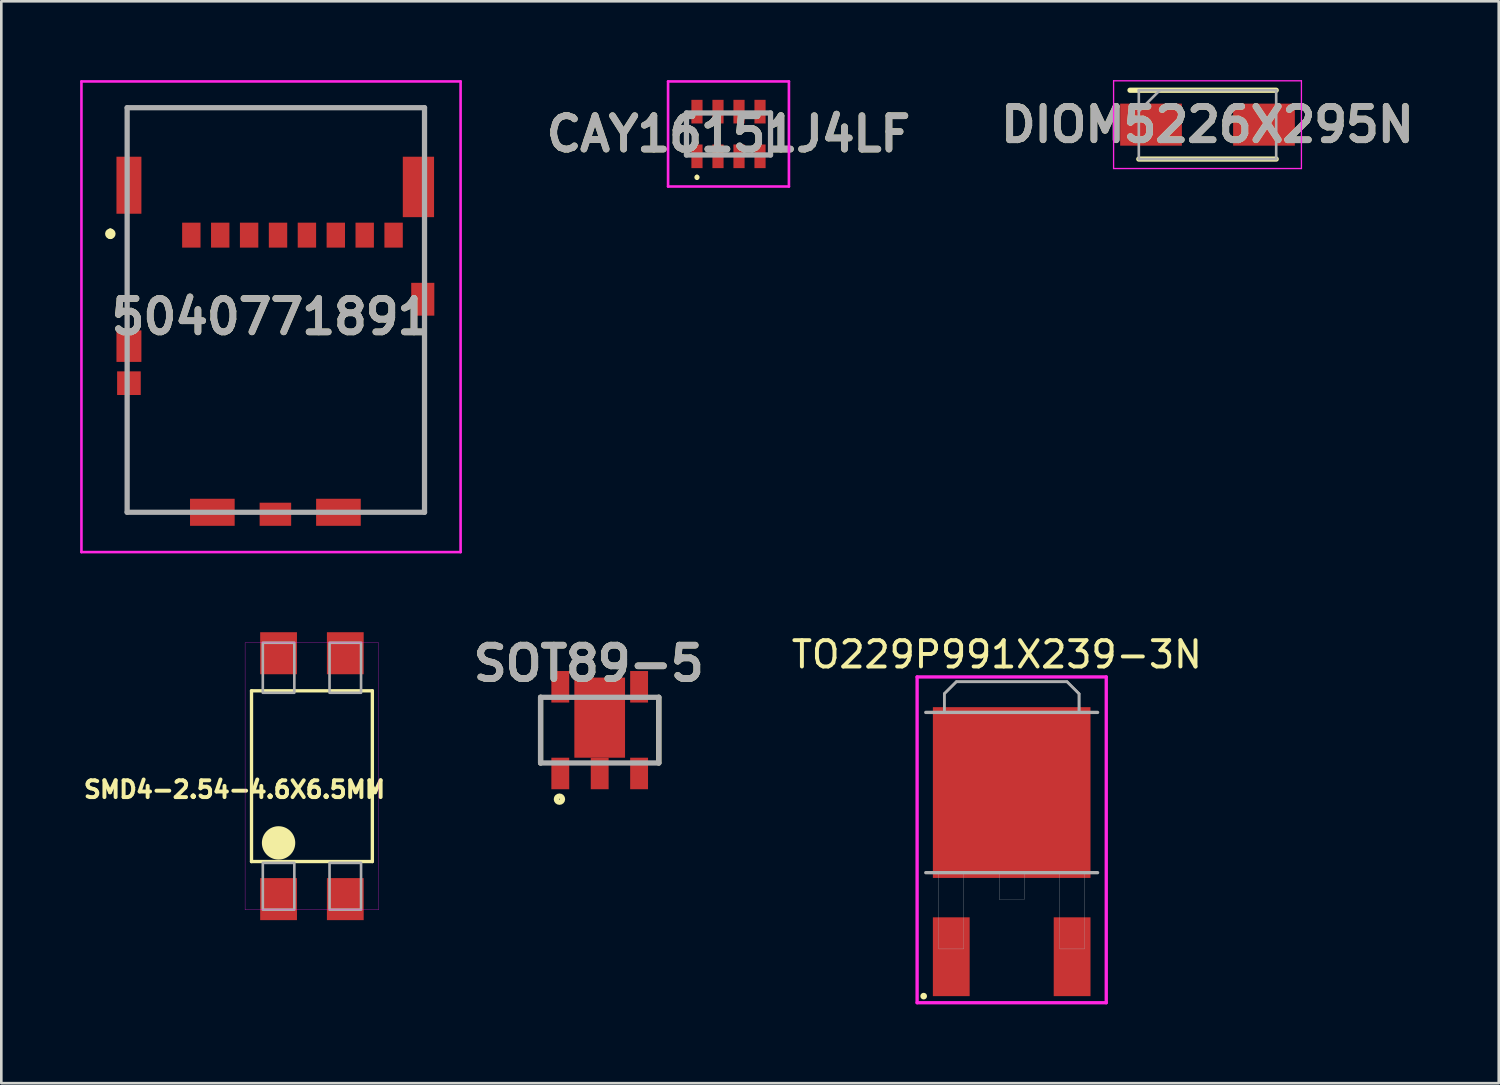
<source format=kicad_pcb>
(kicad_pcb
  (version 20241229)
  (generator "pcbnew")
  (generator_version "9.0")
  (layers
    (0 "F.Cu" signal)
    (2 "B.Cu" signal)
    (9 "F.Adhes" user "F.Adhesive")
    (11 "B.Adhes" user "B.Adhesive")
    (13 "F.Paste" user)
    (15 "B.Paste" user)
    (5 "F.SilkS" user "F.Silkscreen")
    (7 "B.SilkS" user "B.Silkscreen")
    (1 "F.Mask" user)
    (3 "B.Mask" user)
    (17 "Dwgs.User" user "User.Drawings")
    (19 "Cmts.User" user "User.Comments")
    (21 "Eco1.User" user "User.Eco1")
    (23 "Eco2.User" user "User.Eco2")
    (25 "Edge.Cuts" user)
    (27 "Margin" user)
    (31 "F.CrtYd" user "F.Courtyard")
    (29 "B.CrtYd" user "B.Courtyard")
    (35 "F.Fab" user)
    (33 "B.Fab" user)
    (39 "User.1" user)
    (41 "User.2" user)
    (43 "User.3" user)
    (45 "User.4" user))
  (footprint "SOT89-5"
    (layer "F.Cu")
    (at 19.778 24.743)
    (property "Reference" "SOT89-5" (at -0.416 -2.538 0) (layer "F.SilkS") (effects (font (size 1.27 1.27) (thickness 0.254))))
    (attr smd)
    (fp_line (start -2.25 1.25) (end -2.25 -1.25) (stroke (width 0.2) (type solid)) (layer "F.SilkS"))
    (fp_line (start 2.25 -1.25) (end 2.25 1.25) (stroke (width 0.2) (type solid)) (layer "F.SilkS"))
    (fp_circle (center -1.532 2.628) (end -1.532 2.645) (stroke (width 0.2) (type solid)) (fill no) (layer "F.SilkS"))
    (fp_line (start -2.25 -1.25) (end 2.25 -1.25) (stroke (width 0.2) (type solid)) (layer "F.Fab"))
    (fp_line (start -2.25 1.25) (end -2.25 -1.25) (stroke (width 0.2) (type solid)) (layer "F.Fab"))
    (fp_line (start 2.25 -1.25) (end 2.25 1.25) (stroke (width 0.2) (type solid)) (layer "F.Fab"))
    (fp_line (start 2.25 1.25) (end -2.25 1.25) (stroke (width 0.2) (type solid)) (layer "F.Fab"))
    (fp_text user "${REFERENCE}" (at -0.416 -2.538 0) (layer "F.Fab") (effects (font (size 1.27 1.27) (thickness 0.254))))
    (pad "1" smd rect (at -1.5 1.65) (size 0.68 1.2) (layers "F.Cu" "F.Mask" "F.Paste"))
    (pad "2" smd rect (at 0 1.65) (size 0.68 1.2) (layers "F.Cu" "F.Mask" "F.Paste"))
    (pad "3" smd rect (at 1.5 1.65) (size 0.68 1.2) (layers "F.Cu" "F.Mask" "F.Paste"))
    (pad "4" smd rect (at 1.5 -1.65) (size 0.68 1.2) (layers "F.Cu" "F.Mask" "F.Paste"))
    (pad "5" smd rect (at -1.5 -1.65) (size 0.68 1.2) (layers "F.Cu" "F.Mask" "F.Paste"))
    (pad "6" smd rect (at 0 -0.475) (size 1.93 3.05) (layers "F.Cu" "F.Mask" "F.Paste")))
  (footprint "SMD4-2.54-4.6X6.5MM"
    (layer "F.Cu")
    (at 8.824 26.496)
    (property "Reference" "SMD4-2.54-4.6X6.5MM" (at -2.947 0.508 180) (layer "F.SilkS") (effects (font (size 0.64 0.64) (thickness 0.15))))
    (attr through_hole)
    (fp_line (start -2.3 -3.25) (end 2.3 -3.25) (stroke (width 0.127) (type solid)) (layer "F.SilkS"))
    (fp_line (start -2.3 3.25) (end -2.3 -3.25) (stroke (width 0.127) (type solid)) (layer "F.SilkS"))
    (fp_line (start 2.3 -3.25) (end 2.3 3.25) (stroke (width 0.127) (type solid)) (layer "F.SilkS"))
    (fp_line (start 2.3 3.25) (end -2.3 3.25) (stroke (width 0.127) (type solid)) (layer "F.SilkS"))
    (fp_circle (center -1.27 2.54) (end -0.635 2.54) (stroke (width 0) (type solid)) (fill yes) (layer "F.SilkS"))
    (fp_poly (pts (xy -2.545 -5.08) (xy 2.54 -5.08) (xy 2.54 5.09) (xy -2.545 5.09)) (stroke (width 0.01) (type solid)) (fill no) (layer "F.CrtYd"))
    (fp_poly (pts (xy -1.87 -5.08) (xy -0.67 -5.08) (xy -0.67 -3.175) (xy -1.87 -3.175)) (stroke (width 0.1) (type solid)) (fill no) (layer "F.Fab"))
    (fp_poly (pts (xy -1.87 3.3) (xy -0.67 3.3) (xy -0.67 5.08) (xy -1.87 5.08)) (stroke (width 0.1) (type solid)) (fill no) (layer "F.Fab"))
    (fp_poly (pts (xy 0.67 -5.08) (xy 1.87 -5.08) (xy 1.87 -3.175) (xy 0.67 -3.175)) (stroke (width 0.1) (type solid)) (fill no) (layer "F.Fab"))
    (fp_poly (pts (xy 0.67 3.3) (xy 1.87 3.3) (xy 1.87 5.08) (xy 0.67 5.08)) (stroke (width 0.1) (type solid)) (fill no) (layer "F.Fab"))
    (pad "1" smd rect (at -1.27 4.68 90) (size 1.6 1.4) (layers "F.Cu" "F.Mask" "F.Paste"))
    (pad "2" smd rect (at 1.27 4.68 90) (size 1.6 1.4) (layers "F.Cu" "F.Mask" "F.Paste"))
    (pad "3" smd rect (at 1.27 -4.68 90) (size 1.6 1.4) (layers "F.Cu" "F.Mask" "F.Paste"))
    (pad "4" smd rect (at -1.27 -4.68 90) (size 1.6 1.4) (layers "F.Cu" "F.Mask" "F.Paste")))
  (footprint "TO229P991X239-3N"
    (layer "F.Cu")
    (at 35.461 27.119)
    (property "Reference" "TO229P991X239-3N" (at -0.566 -5.254 0) (layer "F.SilkS") (effects (font (size 1.002 1.002) (thickness 0.15))))
    (attr through_hole)
    (fp_circle (center -3.35 7.75) (end -3.223 7.75) (stroke (width 0) (type solid)) (fill yes) (layer "F.SilkS"))
    (fp_line (start -3.6 -4.4) (end -3.6 8) (stroke (width 0.127) (type solid)) (layer "F.CrtYd"))
    (fp_line (start -3.6 8) (end 3.6 8) (stroke (width 0.127) (type solid)) (layer "F.CrtYd"))
    (fp_line (start 3.6 -4.4) (end -3.6 -4.4) (stroke (width 0.127) (type solid)) (layer "F.CrtYd"))
    (fp_line (start 3.6 8) (end 3.6 -4.4) (stroke (width 0.127) (type solid)) (layer "F.CrtYd"))
    (fp_line (start -3.27 -3.05) (end 3.27 -3.05) (stroke (width 0.127) (type solid)) (layer "F.Fab"))
    (fp_line (start -2.565 -3.761) (end -2.108 -4.218) (stroke (width 0.1) (type solid)) (layer "F.Fab"))
    (fp_line (start -2.565 -3.05) (end -2.565 -3.761) (stroke (width 0.1) (type solid)) (layer "F.Fab"))
    (fp_line (start -2.108 -4.218) (end 2.108 -4.218) (stroke (width 0.1) (type solid)) (layer "F.Fab"))
    (fp_line (start 2.108 -4.218) (end 2.565 -3.761) (stroke (width 0.1) (type solid)) (layer "F.Fab"))
    (fp_line (start 2.565 -3.761) (end 2.565 -3.05) (stroke (width 0.1) (type solid)) (layer "F.Fab"))
    (fp_line (start 2.565 -3.05) (end -2.565 -3.05) (stroke (width 0.1) (type solid)) (layer "F.Fab"))
    (fp_line (start 3.27 3.05) (end -3.27 3.05) (stroke (width 0.127) (type solid)) (layer "F.Fab"))
    (fp_poly (pts (xy -2.777 3.05) (xy -1.825 3.05) (xy -1.825 5.954) (xy -2.777 5.954)) (stroke (width 0.01) (type solid)) (fill no) (layer "F.Fab"))
    (fp_poly (pts (xy -0.475 3.05) (xy 0.475 3.05) (xy 0.475 4.074) (xy -0.475 4.074)) (stroke (width 0.01) (type solid)) (fill no) (layer "F.Fab"))
    (fp_poly (pts (xy 1.826 3.05) (xy 2.775 3.05) (xy 2.775 5.953) (xy 1.826 5.953)) (stroke (width 0.01) (type solid)) (fill no) (layer "F.Fab"))
    (fp_poly (pts (xy -2.565 -3.05) (xy -2.565 -3.761) (xy -2.108 -4.218) (xy 2.108 -4.218) (xy 2.565 -3.761) (xy 2.565 -3.05)) (stroke (width 0.1) (type solid)) (fill no) (layer "F.Fab"))
    (pad "1" smd rect (at -2.3 6.25) (size 1.4 3) (layers "F.Cu" "F.Mask" "F.Paste"))
    (pad "3" smd rect (at 2.3 6.25) (size 1.4 3) (layers "F.Cu" "F.Mask" "F.Paste"))
    (pad "4" smd rect (at 0 0) (size 6 6.5) (layers "F.Cu" "F.Mask" "F.Paste")))
  (footprint "CAY16151J4LF"
    (layer "F.Cu")
    (at 24.681 2.05)
    (property "Reference" "CAY16151J4LF" (at 0 0 0) (layer "F.SilkS") (effects (font (size 1.27 1.27) (thickness 0.254))))
    (attr smd)
    (fp_line (start -1.6 -0.8) (end -1.6 0.8) (stroke (width 0.1) (type solid)) (layer "F.SilkS"))
    (fp_line (start -1.2 1.6) (end -1.2 1.6) (stroke (width 0.1) (type solid)) (layer "F.SilkS"))
    (fp_line (start -1.2 1.7) (end -1.2 1.7) (stroke (width 0.1) (type solid)) (layer "F.SilkS"))
    (fp_line (start 1.6 -0.8) (end 1.6 0.8) (stroke (width 0.1) (type solid)) (layer "F.SilkS"))
    (fp_arc (start -1.2 1.6) (mid -1.15 1.65) (end -1.2 1.7) (stroke (width 0.1) (type solid)) (layer "F.SilkS"))
    (fp_arc (start -1.2 1.7) (mid -1.25 1.65) (end -1.2 1.6) (stroke (width 0.1) (type solid)) (layer "F.SilkS"))
    (fp_line (start -2.3 -2) (end 2.3 -2) (stroke (width 0.1) (type solid)) (layer "F.CrtYd"))
    (fp_line (start -2.3 2) (end -2.3 -2) (stroke (width 0.1) (type solid)) (layer "F.CrtYd"))
    (fp_line (start 2.3 -2) (end 2.3 2) (stroke (width 0.1) (type solid)) (layer "F.CrtYd"))
    (fp_line (start 2.3 2) (end -2.3 2) (stroke (width 0.1) (type solid)) (layer "F.CrtYd"))
    (fp_line (start -1.6 -0.8) (end 1.6 -0.8) (stroke (width 0.2) (type solid)) (layer "F.Fab"))
    (fp_line (start -1.6 0.8) (end -1.6 -0.8) (stroke (width 0.2) (type solid)) (layer "F.Fab"))
    (fp_line (start 1.6 -0.8) (end 1.6 0.8) (stroke (width 0.2) (type solid)) (layer "F.Fab"))
    (fp_line (start 1.6 0.8) (end -1.6 0.8) (stroke (width 0.2) (type solid)) (layer "F.Fab"))
    (fp_text user "${REFERENCE}" (at 0 0 0) (layer "F.Fab") (effects (font (size 1.27 1.27) (thickness 0.254))))
    (pad "1" smd rect (at -1.2 0.85) (size 0.425 0.9) (layers "F.Cu" "F.Mask" "F.Paste"))
    (pad "2" smd rect (at -0.4 0.85) (size 0.425 0.9) (layers "F.Cu" "F.Mask" "F.Paste"))
    (pad "3" smd rect (at 0.4 0.85) (size 0.425 0.9) (layers "F.Cu" "F.Mask" "F.Paste"))
    (pad "4" smd rect (at 1.2 0.85) (size 0.425 0.9) (layers "F.Cu" "F.Mask" "F.Paste"))
    (pad "5" smd rect (at 1.2 -0.85) (size 0.425 0.9) (layers "F.Cu" "F.Mask" "F.Paste"))
    (pad "6" smd rect (at 0.4 -0.85) (size 0.425 0.9) (layers "F.Cu" "F.Mask" "F.Paste"))
    (pad "7" smd rect (at -0.4 -0.85) (size 0.425 0.9) (layers "F.Cu" "F.Mask" "F.Paste"))
    (pad "8" smd rect (at -1.2 -0.85) (size 0.425 0.9) (layers "F.Cu" "F.Mask" "F.Paste")))
  (footprint "5040771891"
    (layer "F.Cu")
    (at 7.08 8.788)
    (property "Reference" "5040771891" (at 0.186 0.22 0) (layer "F.SilkS") (effects (font (size 1.27 1.27) (thickness 0.254))))
    (attr smd)
    (fp_line (start -5.93 -3.038) (end -5.93 -3.038) (stroke (width 0.2) (type solid)) (layer "F.SilkS"))
    (fp_line (start -5.93 -2.838) (end -5.93 -2.838) (stroke (width 0.2) (type solid)) (layer "F.SilkS"))
    (fp_line (start -5.29 -7.738) (end 6.03 -7.738) (stroke (width 0.1) (type solid)) (layer "F.SilkS"))
    (fp_line (start -5.29 -6.338) (end -5.29 -7.738) (stroke (width 0.1) (type solid)) (layer "F.SilkS"))
    (fp_line (start -5.29 -3.338) (end -5.29 -1.338) (stroke (width 0.1) (type solid)) (layer "F.SilkS"))
    (fp_line (start -5.29 3.662) (end -5.29 7.662) (stroke (width 0.1) (type solid)) (layer "F.SilkS"))
    (fp_line (start -5.29 7.662) (end -3.63 7.663) (stroke (width 0.1) (type solid)) (layer "F.SilkS"))
    (fp_line (start 4.37 7.663) (end 6.03 7.662) (stroke (width 0.1) (type solid)) (layer "F.SilkS"))
    (fp_line (start 6.03 -7.738) (end 6.03 -6.338) (stroke (width 0.1) (type solid)) (layer "F.SilkS"))
    (fp_line (start 6.03 -1.338) (end 6.03 -3.338) (stroke (width 0.1) (type solid)) (layer "F.SilkS"))
    (fp_line (start 6.03 7.662) (end 6.03 3.662) (stroke (width 0.1) (type solid)) (layer "F.SilkS"))
    (fp_arc (start -5.93 -3.038) (mid -5.83 -2.938) (end -5.93 -2.838) (stroke (width 0.2) (type solid)) (layer "F.SilkS"))
    (fp_arc (start -5.93 -2.838) (mid -6.03 -2.938) (end -5.93 -3.038) (stroke (width 0.2) (type solid)) (layer "F.SilkS"))
    (fp_line (start -7.03 -8.738) (end 7.403 -8.738) (stroke (width 0.1) (type solid)) (layer "F.CrtYd"))
    (fp_line (start -7.03 9.178) (end -7.03 -8.738) (stroke (width 0.1) (type solid)) (layer "F.CrtYd"))
    (fp_line (start 7.403 -8.738) (end 7.403 9.178) (stroke (width 0.1) (type solid)) (layer "F.CrtYd"))
    (fp_line (start 7.403 9.178) (end -7.03 9.178) (stroke (width 0.1) (type solid)) (layer "F.CrtYd"))
    (fp_line (start -5.29 -7.738) (end 6.03 -7.738) (stroke (width 0.2) (type solid)) (layer "F.Fab"))
    (fp_line (start -5.29 7.662) (end -5.29 -7.738) (stroke (width 0.2) (type solid)) (layer "F.Fab"))
    (fp_line (start 6.03 -7.738) (end 6.03 7.662) (stroke (width 0.2) (type solid)) (layer "F.Fab"))
    (fp_line (start 6.03 7.662) (end -5.29 7.662) (stroke (width 0.2) (type solid)) (layer "F.Fab"))
    (fp_text user "${REFERENCE}" (at 0.186 0.22 0) (layer "F.Fab") (effects (font (size 1.27 1.27) (thickness 0.254))))
    (pad "1" smd rect (at -2.847 -2.887) (size 0.7 0.95) (layers "F.Cu" "F.Mask" "F.Paste"))
    (pad "2" smd rect (at -1.747 -2.887) (size 0.7 0.95) (layers "F.Cu" "F.Mask" "F.Paste"))
    (pad "3" smd rect (at -0.647 -2.887) (size 0.7 0.95) (layers "F.Cu" "F.Mask" "F.Paste"))
    (pad "4" smd rect (at 0.453 -2.887) (size 0.7 0.95) (layers "F.Cu" "F.Mask" "F.Paste"))
    (pad "5" smd rect (at 1.553 -2.887) (size 0.7 0.95) (layers "F.Cu" "F.Mask" "F.Paste"))
    (pad "6" smd rect (at 2.653 -2.887) (size 0.7 0.95) (layers "F.Cu" "F.Mask" "F.Paste"))
    (pad "7" smd rect (at 3.753 -2.887) (size 0.7 0.95) (layers "F.Cu" "F.Mask" "F.Paste"))
    (pad "8" smd rect (at 4.853 -2.887) (size 0.7 0.95) (layers "F.Cu" "F.Mask" "F.Paste"))
    (pad "9" smd rect (at -5.222 -4.787) (size 0.95 2.17) (layers "F.Cu" "F.Mask" "F.Paste"))
    (pad "10" smd rect (at 5.798 -4.722) (size 1.19 2.3) (layers "F.Cu" "F.Mask" "F.Paste"))
    (pad "11" smd rect (at 5.963 -0.447) (size 0.88 1.25) (layers "F.Cu" "F.Mask" "F.Paste"))
    (pad "12" smd rect (at 2.753 7.663 90) (size 1.03 1.7) (layers "F.Cu" "F.Mask" "F.Paste"))
    (pad "13" smd rect (at -2.047 7.663 90) (size 1.03 1.7) (layers "F.Cu" "F.Mask" "F.Paste"))
    (pad "14" smd rect (at 0.353 7.738 90) (size 0.88 1.2) (layers "F.Cu" "F.Mask" "F.Paste"))
    (pad "15" smd rect (at -5.222 1.338) (size 0.95 1.2) (layers "F.Cu" "F.Mask" "F.Paste"))
    (pad "16" smd rect (at -5.222 2.748) (size 0.9 0.9) (layers "F.Cu" "F.Mask" "F.Paste")))
  (footprint "DIOM5226X295N"
    (layer "F.Cu")
    (at 42.915 1.695)
    (property "Reference" "DIOM5226X295N" (at 0 0 0) (layer "F.SilkS") (effects (font (size 1.27 1.27) (thickness 0.254))))
    (attr smd)
    (fp_line (start -2.615 1.31) (end 2.615 1.31) (stroke (width 0.2) (type solid)) (layer "F.SilkS"))
    (fp_line (start 2.615 -1.31) (end -2.95 -1.31) (stroke (width 0.2) (type solid)) (layer "F.SilkS"))
    (fp_line (start -3.575 -1.67) (end 3.575 -1.67) (stroke (width 0.05) (type solid)) (layer "F.CrtYd"))
    (fp_line (start -3.575 1.67) (end -3.575 -1.67) (stroke (width 0.05) (type solid)) (layer "F.CrtYd"))
    (fp_line (start 3.575 -1.67) (end 3.575 1.67) (stroke (width 0.05) (type solid)) (layer "F.CrtYd"))
    (fp_line (start 3.575 1.67) (end -3.575 1.67) (stroke (width 0.05) (type solid)) (layer "F.CrtYd"))
    (fp_line (start -2.615 -1.31) (end 2.615 -1.31) (stroke (width 0.1) (type solid)) (layer "F.Fab"))
    (fp_line (start -2.615 -0.51) (end -1.815 -1.31) (stroke (width 0.1) (type solid)) (layer "F.Fab"))
    (fp_line (start -2.615 1.31) (end -2.615 -1.31) (stroke (width 0.1) (type solid)) (layer "F.Fab"))
    (fp_line (start 2.615 -1.31) (end 2.615 1.31) (stroke (width 0.1) (type solid)) (layer "F.Fab"))
    (fp_line (start 2.615 1.31) (end -2.615 1.31) (stroke (width 0.1) (type solid)) (layer "F.Fab"))
    (fp_text user "${REFERENCE}" (at 0 0 0) (layer "F.Fab") (effects (font (size 1.27 1.27) (thickness 0.254))))
    (pad "1" smd rect (at -2.15 0 90) (size 1.6 2.35) (layers "F.Cu" "F.Mask" "F.Paste"))
    (pad "2" smd rect (at 2.15 0 90) (size 1.6 2.35) (layers "F.Cu" "F.Mask" "F.Paste")))
  (gr_rect
    (start -3 -3)
    (end 54.001 38.183)
    (stroke (width 0.1) (type default))
    (fill no)
    (layer "Edge.Cuts")))
</source>
